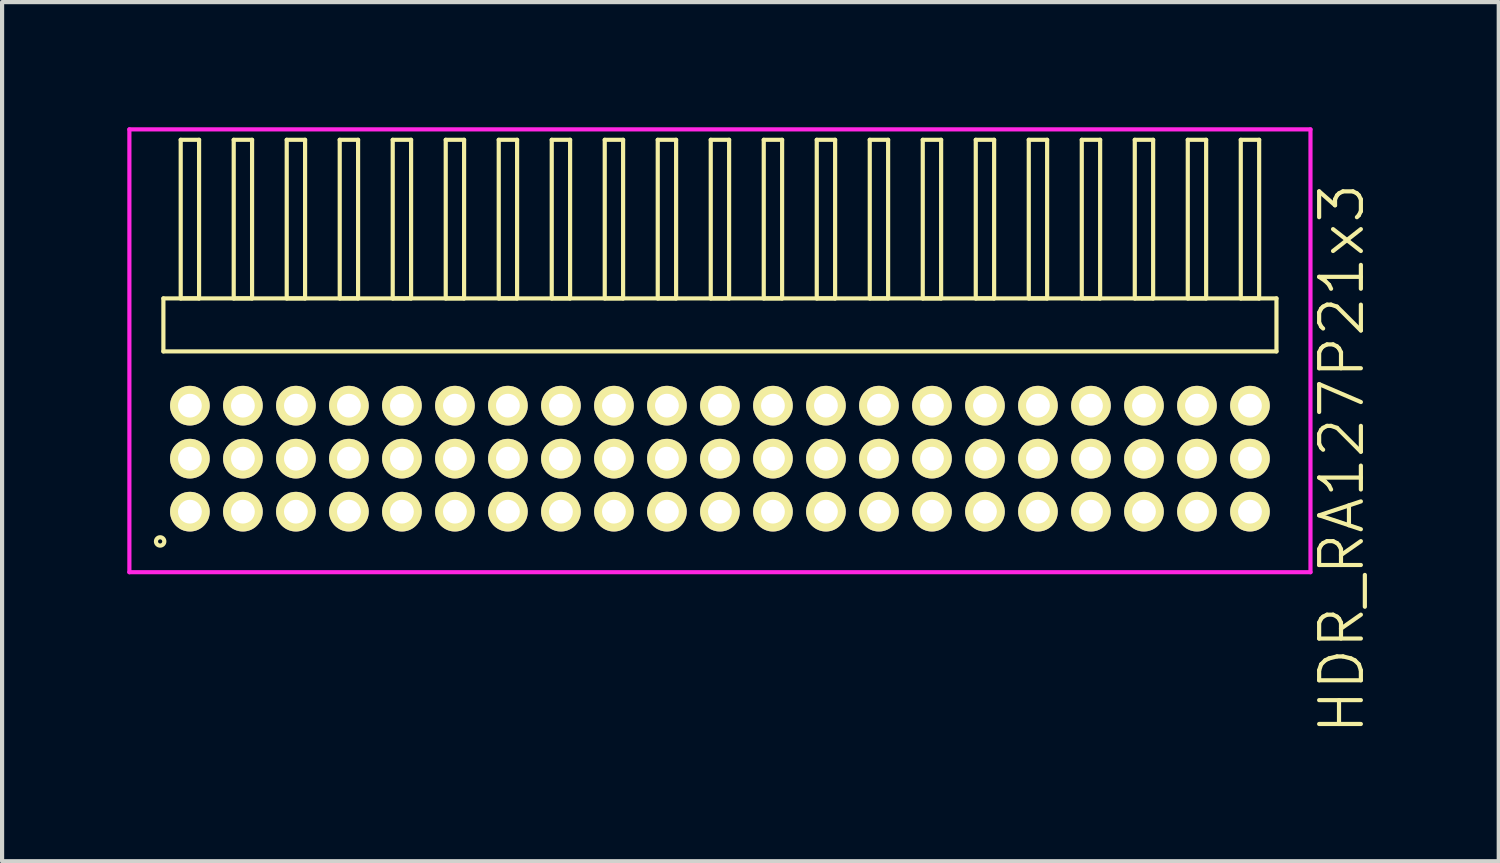
<source format=kicad_pcb>
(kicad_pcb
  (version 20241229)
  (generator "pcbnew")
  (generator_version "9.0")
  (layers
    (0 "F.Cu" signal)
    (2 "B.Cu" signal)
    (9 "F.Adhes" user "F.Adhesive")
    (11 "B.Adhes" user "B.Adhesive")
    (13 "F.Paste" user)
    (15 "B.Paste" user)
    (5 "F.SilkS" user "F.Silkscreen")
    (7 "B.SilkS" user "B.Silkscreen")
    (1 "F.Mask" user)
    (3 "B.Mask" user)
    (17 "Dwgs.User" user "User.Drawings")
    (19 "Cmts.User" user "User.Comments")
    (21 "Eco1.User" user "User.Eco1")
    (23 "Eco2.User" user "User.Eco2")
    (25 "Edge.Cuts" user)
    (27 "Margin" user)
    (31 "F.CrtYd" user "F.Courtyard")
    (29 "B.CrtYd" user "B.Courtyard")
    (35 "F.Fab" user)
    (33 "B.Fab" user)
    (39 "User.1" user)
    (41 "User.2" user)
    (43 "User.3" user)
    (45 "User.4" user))
  (footprint "HDR_RA127P21x3"
    (layer "F.Cu")
    (at 14.2 7.94)
    (property "Reference" "HDR_RA127P21x3" (at 14.9 0 90) (layer "F.SilkS") (effects (font (size 1 1) (thickness 0.1))))
    (attr through_hole)
    (fp_line (start -13.335 -3.84) (end -13.335 -2.57) (stroke (width 0.1) (type solid)) (layer "F.SilkS"))
    (fp_line (start -13.335 -2.57) (end 13.335 -2.57) (stroke (width 0.1) (type solid)) (layer "F.SilkS"))
    (fp_line (start -12.92 -7.64) (end -12.92 -3.84) (stroke (width 0.1) (type solid)) (layer "F.SilkS"))
    (fp_line (start -12.92 -3.84) (end -12.48 -3.84) (stroke (width 0.1) (type solid)) (layer "F.SilkS"))
    (fp_line (start -12.48 -7.64) (end -12.92 -7.64) (stroke (width 0.1) (type solid)) (layer "F.SilkS"))
    (fp_line (start -12.48 -3.84) (end -12.48 -7.64) (stroke (width 0.1) (type solid)) (layer "F.SilkS"))
    (fp_line (start -11.65 -7.64) (end -11.65 -3.84) (stroke (width 0.1) (type solid)) (layer "F.SilkS"))
    (fp_line (start -11.65 -3.84) (end -11.21 -3.84) (stroke (width 0.1) (type solid)) (layer "F.SilkS"))
    (fp_line (start -11.21 -7.64) (end -11.65 -7.64) (stroke (width 0.1) (type solid)) (layer "F.SilkS"))
    (fp_line (start -11.21 -3.84) (end -11.21 -7.64) (stroke (width 0.1) (type solid)) (layer "F.SilkS"))
    (fp_line (start -10.38 -7.64) (end -10.38 -3.84) (stroke (width 0.1) (type solid)) (layer "F.SilkS"))
    (fp_line (start -10.38 -3.84) (end -9.94 -3.84) (stroke (width 0.1) (type solid)) (layer "F.SilkS"))
    (fp_line (start -9.94 -7.64) (end -10.38 -7.64) (stroke (width 0.1) (type solid)) (layer "F.SilkS"))
    (fp_line (start -9.94 -3.84) (end -9.94 -7.64) (stroke (width 0.1) (type solid)) (layer "F.SilkS"))
    (fp_line (start -9.11 -7.64) (end -9.11 -3.84) (stroke (width 0.1) (type solid)) (layer "F.SilkS"))
    (fp_line (start -9.11 -3.84) (end -8.67 -3.84) (stroke (width 0.1) (type solid)) (layer "F.SilkS"))
    (fp_line (start -8.67 -7.64) (end -9.11 -7.64) (stroke (width 0.1) (type solid)) (layer "F.SilkS"))
    (fp_line (start -8.67 -3.84) (end -8.67 -7.64) (stroke (width 0.1) (type solid)) (layer "F.SilkS"))
    (fp_line (start -7.84 -7.64) (end -7.84 -3.84) (stroke (width 0.1) (type solid)) (layer "F.SilkS"))
    (fp_line (start -7.84 -3.84) (end -7.4 -3.84) (stroke (width 0.1) (type solid)) (layer "F.SilkS"))
    (fp_line (start -7.4 -7.64) (end -7.84 -7.64) (stroke (width 0.1) (type solid)) (layer "F.SilkS"))
    (fp_line (start -7.4 -3.84) (end -7.4 -7.64) (stroke (width 0.1) (type solid)) (layer "F.SilkS"))
    (fp_line (start -6.57 -7.64) (end -6.57 -3.84) (stroke (width 0.1) (type solid)) (layer "F.SilkS"))
    (fp_line (start -6.57 -3.84) (end -6.13 -3.84) (stroke (width 0.1) (type solid)) (layer "F.SilkS"))
    (fp_line (start -6.13 -7.64) (end -6.57 -7.64) (stroke (width 0.1) (type solid)) (layer "F.SilkS"))
    (fp_line (start -6.13 -3.84) (end -6.13 -7.64) (stroke (width 0.1) (type solid)) (layer "F.SilkS"))
    (fp_line (start -5.3 -7.64) (end -5.3 -3.84) (stroke (width 0.1) (type solid)) (layer "F.SilkS"))
    (fp_line (start -5.3 -3.84) (end -4.86 -3.84) (stroke (width 0.1) (type solid)) (layer "F.SilkS"))
    (fp_line (start -4.86 -7.64) (end -5.3 -7.64) (stroke (width 0.1) (type solid)) (layer "F.SilkS"))
    (fp_line (start -4.86 -3.84) (end -4.86 -7.64) (stroke (width 0.1) (type solid)) (layer "F.SilkS"))
    (fp_line (start -4.03 -7.64) (end -4.03 -3.84) (stroke (width 0.1) (type solid)) (layer "F.SilkS"))
    (fp_line (start -4.03 -3.84) (end -3.59 -3.84) (stroke (width 0.1) (type solid)) (layer "F.SilkS"))
    (fp_line (start -3.59 -7.64) (end -4.03 -7.64) (stroke (width 0.1) (type solid)) (layer "F.SilkS"))
    (fp_line (start -3.59 -3.84) (end -3.59 -7.64) (stroke (width 0.1) (type solid)) (layer "F.SilkS"))
    (fp_line (start -2.76 -7.64) (end -2.76 -3.84) (stroke (width 0.1) (type solid)) (layer "F.SilkS"))
    (fp_line (start -2.76 -3.84) (end -2.32 -3.84) (stroke (width 0.1) (type solid)) (layer "F.SilkS"))
    (fp_line (start -2.32 -7.64) (end -2.76 -7.64) (stroke (width 0.1) (type solid)) (layer "F.SilkS"))
    (fp_line (start -2.32 -3.84) (end -2.32 -7.64) (stroke (width 0.1) (type solid)) (layer "F.SilkS"))
    (fp_line (start -1.49 -7.64) (end -1.49 -3.84) (stroke (width 0.1) (type solid)) (layer "F.SilkS"))
    (fp_line (start -1.49 -3.84) (end -1.05 -3.84) (stroke (width 0.1) (type solid)) (layer "F.SilkS"))
    (fp_line (start -1.05 -7.64) (end -1.49 -7.64) (stroke (width 0.1) (type solid)) (layer "F.SilkS"))
    (fp_line (start -1.05 -3.84) (end -1.05 -7.64) (stroke (width 0.1) (type solid)) (layer "F.SilkS"))
    (fp_line (start -0.22 -7.64) (end -0.22 -3.84) (stroke (width 0.1) (type solid)) (layer "F.SilkS"))
    (fp_line (start -0.22 -3.84) (end 0.22 -3.84) (stroke (width 0.1) (type solid)) (layer "F.SilkS"))
    (fp_line (start 0.22 -7.64) (end -0.22 -7.64) (stroke (width 0.1) (type solid)) (layer "F.SilkS"))
    (fp_line (start 0.22 -3.84) (end 0.22 -7.64) (stroke (width 0.1) (type solid)) (layer "F.SilkS"))
    (fp_line (start 1.05 -7.64) (end 1.05 -3.84) (stroke (width 0.1) (type solid)) (layer "F.SilkS"))
    (fp_line (start 1.05 -3.84) (end 1.49 -3.84) (stroke (width 0.1) (type solid)) (layer "F.SilkS"))
    (fp_line (start 1.49 -7.64) (end 1.05 -7.64) (stroke (width 0.1) (type solid)) (layer "F.SilkS"))
    (fp_line (start 1.49 -3.84) (end 1.49 -7.64) (stroke (width 0.1) (type solid)) (layer "F.SilkS"))
    (fp_line (start 2.32 -7.64) (end 2.32 -3.84) (stroke (width 0.1) (type solid)) (layer "F.SilkS"))
    (fp_line (start 2.32 -3.84) (end 2.76 -3.84) (stroke (width 0.1) (type solid)) (layer "F.SilkS"))
    (fp_line (start 2.76 -7.64) (end 2.32 -7.64) (stroke (width 0.1) (type solid)) (layer "F.SilkS"))
    (fp_line (start 2.76 -3.84) (end 2.76 -7.64) (stroke (width 0.1) (type solid)) (layer "F.SilkS"))
    (fp_line (start 3.59 -7.64) (end 3.59 -3.84) (stroke (width 0.1) (type solid)) (layer "F.SilkS"))
    (fp_line (start 3.59 -3.84) (end 4.03 -3.84) (stroke (width 0.1) (type solid)) (layer "F.SilkS"))
    (fp_line (start 4.03 -7.64) (end 3.59 -7.64) (stroke (width 0.1) (type solid)) (layer "F.SilkS"))
    (fp_line (start 4.03 -3.84) (end 4.03 -7.64) (stroke (width 0.1) (type solid)) (layer "F.SilkS"))
    (fp_line (start 4.86 -7.64) (end 4.86 -3.84) (stroke (width 0.1) (type solid)) (layer "F.SilkS"))
    (fp_line (start 4.86 -3.84) (end 5.3 -3.84) (stroke (width 0.1) (type solid)) (layer "F.SilkS"))
    (fp_line (start 5.3 -7.64) (end 4.86 -7.64) (stroke (width 0.1) (type solid)) (layer "F.SilkS"))
    (fp_line (start 5.3 -3.84) (end 5.3 -7.64) (stroke (width 0.1) (type solid)) (layer "F.SilkS"))
    (fp_line (start 6.13 -7.64) (end 6.13 -3.84) (stroke (width 0.1) (type solid)) (layer "F.SilkS"))
    (fp_line (start 6.13 -3.84) (end 6.57 -3.84) (stroke (width 0.1) (type solid)) (layer "F.SilkS"))
    (fp_line (start 6.57 -7.64) (end 6.13 -7.64) (stroke (width 0.1) (type solid)) (layer "F.SilkS"))
    (fp_line (start 6.57 -3.84) (end 6.57 -7.64) (stroke (width 0.1) (type solid)) (layer "F.SilkS"))
    (fp_line (start 7.4 -7.64) (end 7.4 -3.84) (stroke (width 0.1) (type solid)) (layer "F.SilkS"))
    (fp_line (start 7.4 -3.84) (end 7.84 -3.84) (stroke (width 0.1) (type solid)) (layer "F.SilkS"))
    (fp_line (start 7.84 -7.64) (end 7.4 -7.64) (stroke (width 0.1) (type solid)) (layer "F.SilkS"))
    (fp_line (start 7.84 -3.84) (end 7.84 -7.64) (stroke (width 0.1) (type solid)) (layer "F.SilkS"))
    (fp_line (start 8.67 -7.64) (end 8.67 -3.84) (stroke (width 0.1) (type solid)) (layer "F.SilkS"))
    (fp_line (start 8.67 -3.84) (end 9.11 -3.84) (stroke (width 0.1) (type solid)) (layer "F.SilkS"))
    (fp_line (start 9.11 -7.64) (end 8.67 -7.64) (stroke (width 0.1) (type solid)) (layer "F.SilkS"))
    (fp_line (start 9.11 -3.84) (end 9.11 -7.64) (stroke (width 0.1) (type solid)) (layer "F.SilkS"))
    (fp_line (start 9.94 -7.64) (end 9.94 -3.84) (stroke (width 0.1) (type solid)) (layer "F.SilkS"))
    (fp_line (start 9.94 -3.84) (end 10.38 -3.84) (stroke (width 0.1) (type solid)) (layer "F.SilkS"))
    (fp_line (start 10.38 -7.64) (end 9.94 -7.64) (stroke (width 0.1) (type solid)) (layer "F.SilkS"))
    (fp_line (start 10.38 -3.84) (end 10.38 -7.64) (stroke (width 0.1) (type solid)) (layer "F.SilkS"))
    (fp_line (start 11.21 -7.64) (end 11.21 -3.84) (stroke (width 0.1) (type solid)) (layer "F.SilkS"))
    (fp_line (start 11.21 -3.84) (end 11.65 -3.84) (stroke (width 0.1) (type solid)) (layer "F.SilkS"))
    (fp_line (start 11.65 -7.64) (end 11.21 -7.64) (stroke (width 0.1) (type solid)) (layer "F.SilkS"))
    (fp_line (start 11.65 -3.84) (end 11.65 -7.64) (stroke (width 0.1) (type solid)) (layer "F.SilkS"))
    (fp_line (start 12.48 -7.64) (end 12.48 -3.84) (stroke (width 0.1) (type solid)) (layer "F.SilkS"))
    (fp_line (start 12.48 -3.84) (end 12.92 -3.84) (stroke (width 0.1) (type solid)) (layer "F.SilkS"))
    (fp_line (start 12.92 -7.64) (end 12.48 -7.64) (stroke (width 0.1) (type solid)) (layer "F.SilkS"))
    (fp_line (start 12.92 -3.84) (end 12.92 -7.64) (stroke (width 0.1) (type solid)) (layer "F.SilkS"))
    (fp_line (start 13.335 -3.84) (end -13.335 -3.84) (stroke (width 0.1) (type solid)) (layer "F.SilkS"))
    (fp_line (start 13.335 -2.57) (end 13.335 -3.84) (stroke (width 0.1) (type solid)) (layer "F.SilkS"))
    (fp_circle (center -13.413 1.983) (end -13.313 1.983) (stroke (width 0.1) (type solid)) (fill no) (layer "F.SilkS"))
    (fp_line (start -14.15 -7.89) (end -14.15 2.72) (stroke (width 0.1) (type solid)) (layer "F.CrtYd"))
    (fp_line (start -14.15 2.72) (end 14.15 2.72) (stroke (width 0.1) (type solid)) (layer "F.CrtYd"))
    (fp_line (start 14.15 -7.89) (end -14.15 -7.89) (stroke (width 0.1) (type solid)) (layer "F.CrtYd"))
    (fp_line (start 14.15 2.72) (end 14.15 -7.89) (stroke (width 0.1) (type solid)) (layer "F.CrtYd"))
    (pad "1" thru_hole oval (at -12.7 1.27) (size 0.95 0.95) (drill 0.57) (layers "*.Cu" "*.Mask" "F.SilkS"))
    (pad "2" thru_hole oval (at -12.7 0) (size 0.95 0.95) (drill 0.57) (layers "*.Cu" "*.Mask" "F.SilkS"))
    (pad "3" thru_hole oval (at -12.7 -1.27) (size 0.95 0.95) (drill 0.57) (layers "*.Cu" "*.Mask" "F.SilkS"))
    (pad "4" thru_hole oval (at -11.43 1.27) (size 0.95 0.95) (drill 0.57) (layers "*.Cu" "*.Mask" "F.SilkS"))
    (pad "5" thru_hole oval (at -11.43 0) (size 0.95 0.95) (drill 0.57) (layers "*.Cu" "*.Mask" "F.SilkS"))
    (pad "6" thru_hole oval (at -11.43 -1.27) (size 0.95 0.95) (drill 0.57) (layers "*.Cu" "*.Mask" "F.SilkS"))
    (pad "7" thru_hole oval (at -10.16 1.27) (size 0.95 0.95) (drill 0.57) (layers "*.Cu" "*.Mask" "F.SilkS"))
    (pad "8" thru_hole oval (at -10.16 0) (size 0.95 0.95) (drill 0.57) (layers "*.Cu" "*.Mask" "F.SilkS"))
    (pad "9" thru_hole oval (at -10.16 -1.27) (size 0.95 0.95) (drill 0.57) (layers "*.Cu" "*.Mask" "F.SilkS"))
    (pad "10" thru_hole oval (at -8.89 1.27) (size 0.95 0.95) (drill 0.57) (layers "*.Cu" "*.Mask" "F.SilkS"))
    (pad "11" thru_hole oval (at -8.89 0) (size 0.95 0.95) (drill 0.57) (layers "*.Cu" "*.Mask" "F.SilkS"))
    (pad "12" thru_hole oval (at -8.89 -1.27) (size 0.95 0.95) (drill 0.57) (layers "*.Cu" "*.Mask" "F.SilkS"))
    (pad "13" thru_hole oval (at -7.62 1.27) (size 0.95 0.95) (drill 0.57) (layers "*.Cu" "*.Mask" "F.SilkS"))
    (pad "14" thru_hole oval (at -7.62 0) (size 0.95 0.95) (drill 0.57) (layers "*.Cu" "*.Mask" "F.SilkS"))
    (pad "15" thru_hole oval (at -7.62 -1.27) (size 0.95 0.95) (drill 0.57) (layers "*.Cu" "*.Mask" "F.SilkS"))
    (pad "16" thru_hole oval (at -6.35 1.27) (size 0.95 0.95) (drill 0.57) (layers "*.Cu" "*.Mask" "F.SilkS"))
    (pad "17" thru_hole oval (at -6.35 0) (size 0.95 0.95) (drill 0.57) (layers "*.Cu" "*.Mask" "F.SilkS"))
    (pad "18" thru_hole oval (at -6.35 -1.27) (size 0.95 0.95) (drill 0.57) (layers "*.Cu" "*.Mask" "F.SilkS"))
    (pad "19" thru_hole oval (at -5.08 1.27) (size 0.95 0.95) (drill 0.57) (layers "*.Cu" "*.Mask" "F.SilkS"))
    (pad "20" thru_hole oval (at -5.08 0) (size 0.95 0.95) (drill 0.57) (layers "*.Cu" "*.Mask" "F.SilkS"))
    (pad "21" thru_hole oval (at -5.08 -1.27) (size 0.95 0.95) (drill 0.57) (layers "*.Cu" "*.Mask" "F.SilkS"))
    (pad "22" thru_hole oval (at -3.81 1.27) (size 0.95 0.95) (drill 0.57) (layers "*.Cu" "*.Mask" "F.SilkS"))
    (pad "23" thru_hole oval (at -3.81 0) (size 0.95 0.95) (drill 0.57) (layers "*.Cu" "*.Mask" "F.SilkS"))
    (pad "24" thru_hole oval (at -3.81 -1.27) (size 0.95 0.95) (drill 0.57) (layers "*.Cu" "*.Mask" "F.SilkS"))
    (pad "25" thru_hole oval (at -2.54 1.27) (size 0.95 0.95) (drill 0.57) (layers "*.Cu" "*.Mask" "F.SilkS"))
    (pad "26" thru_hole oval (at -2.54 0) (size 0.95 0.95) (drill 0.57) (layers "*.Cu" "*.Mask" "F.SilkS"))
    (pad "27" thru_hole oval (at -2.54 -1.27) (size 0.95 0.95) (drill 0.57) (layers "*.Cu" "*.Mask" "F.SilkS"))
    (pad "28" thru_hole oval (at -1.27 1.27) (size 0.95 0.95) (drill 0.57) (layers "*.Cu" "*.Mask" "F.SilkS"))
    (pad "29" thru_hole oval (at -1.27 0) (size 0.95 0.95) (drill 0.57) (layers "*.Cu" "*.Mask" "F.SilkS"))
    (pad "30" thru_hole oval (at -1.27 -1.27) (size 0.95 0.95) (drill 0.57) (layers "*.Cu" "*.Mask" "F.SilkS"))
    (pad "31" thru_hole oval (at 0 1.27) (size 0.95 0.95) (drill 0.57) (layers "*.Cu" "*.Mask" "F.SilkS"))
    (pad "32" thru_hole oval (at 0 0) (size 0.95 0.95) (drill 0.57) (layers "*.Cu" "*.Mask" "F.SilkS"))
    (pad "33" thru_hole oval (at 0 -1.27) (size 0.95 0.95) (drill 0.57) (layers "*.Cu" "*.Mask" "F.SilkS"))
    (pad "34" thru_hole oval (at 1.27 1.27) (size 0.95 0.95) (drill 0.57) (layers "*.Cu" "*.Mask" "F.SilkS"))
    (pad "35" thru_hole oval (at 1.27 0) (size 0.95 0.95) (drill 0.57) (layers "*.Cu" "*.Mask" "F.SilkS"))
    (pad "36" thru_hole oval (at 1.27 -1.27) (size 0.95 0.95) (drill 0.57) (layers "*.Cu" "*.Mask" "F.SilkS"))
    (pad "37" thru_hole oval (at 2.54 1.27) (size 0.95 0.95) (drill 0.57) (layers "*.Cu" "*.Mask" "F.SilkS"))
    (pad "38" thru_hole oval (at 2.54 0) (size 0.95 0.95) (drill 0.57) (layers "*.Cu" "*.Mask" "F.SilkS"))
    (pad "39" thru_hole oval (at 2.54 -1.27) (size 0.95 0.95) (drill 0.57) (layers "*.Cu" "*.Mask" "F.SilkS"))
    (pad "40" thru_hole oval (at 3.81 1.27) (size 0.95 0.95) (drill 0.57) (layers "*.Cu" "*.Mask" "F.SilkS"))
    (pad "41" thru_hole oval (at 3.81 0) (size 0.95 0.95) (drill 0.57) (layers "*.Cu" "*.Mask" "F.SilkS"))
    (pad "42" thru_hole oval (at 3.81 -1.27) (size 0.95 0.95) (drill 0.57) (layers "*.Cu" "*.Mask" "F.SilkS"))
    (pad "43" thru_hole oval (at 5.08 1.27) (size 0.95 0.95) (drill 0.57) (layers "*.Cu" "*.Mask" "F.SilkS"))
    (pad "44" thru_hole oval (at 5.08 0) (size 0.95 0.95) (drill 0.57) (layers "*.Cu" "*.Mask" "F.SilkS"))
    (pad "45" thru_hole oval (at 5.08 -1.27) (size 0.95 0.95) (drill 0.57) (layers "*.Cu" "*.Mask" "F.SilkS"))
    (pad "46" thru_hole oval (at 6.35 1.27) (size 0.95 0.95) (drill 0.57) (layers "*.Cu" "*.Mask" "F.SilkS"))
    (pad "47" thru_hole oval (at 6.35 0) (size 0.95 0.95) (drill 0.57) (layers "*.Cu" "*.Mask" "F.SilkS"))
    (pad "48" thru_hole oval (at 6.35 -1.27) (size 0.95 0.95) (drill 0.57) (layers "*.Cu" "*.Mask" "F.SilkS"))
    (pad "49" thru_hole oval (at 7.62 1.27) (size 0.95 0.95) (drill 0.57) (layers "*.Cu" "*.Mask" "F.SilkS"))
    (pad "50" thru_hole oval (at 7.62 0) (size 0.95 0.95) (drill 0.57) (layers "*.Cu" "*.Mask" "F.SilkS"))
    (pad "51" thru_hole oval (at 7.62 -1.27) (size 0.95 0.95) (drill 0.57) (layers "*.Cu" "*.Mask" "F.SilkS"))
    (pad "52" thru_hole oval (at 8.89 1.27) (size 0.95 0.95) (drill 0.57) (layers "*.Cu" "*.Mask" "F.SilkS"))
    (pad "53" thru_hole oval (at 8.89 0) (size 0.95 0.95) (drill 0.57) (layers "*.Cu" "*.Mask" "F.SilkS"))
    (pad "54" thru_hole oval (at 8.89 -1.27) (size 0.95 0.95) (drill 0.57) (layers "*.Cu" "*.Mask" "F.SilkS"))
    (pad "55" thru_hole oval (at 10.16 1.27) (size 0.95 0.95) (drill 0.57) (layers "*.Cu" "*.Mask" "F.SilkS"))
    (pad "56" thru_hole oval (at 10.16 0) (size 0.95 0.95) (drill 0.57) (layers "*.Cu" "*.Mask" "F.SilkS"))
    (pad "57" thru_hole oval (at 10.16 -1.27) (size 0.95 0.95) (drill 0.57) (layers "*.Cu" "*.Mask" "F.SilkS"))
    (pad "58" thru_hole oval (at 11.43 1.27) (size 0.95 0.95) (drill 0.57) (layers "*.Cu" "*.Mask" "F.SilkS"))
    (pad "59" thru_hole oval (at 11.43 0) (size 0.95 0.95) (drill 0.57) (layers "*.Cu" "*.Mask" "F.SilkS"))
    (pad "60" thru_hole oval (at 11.43 -1.27) (size 0.95 0.95) (drill 0.57) (layers "*.Cu" "*.Mask" "F.SilkS"))
    (pad "61" thru_hole oval (at 12.7 1.27) (size 0.95 0.95) (drill 0.57) (layers "*.Cu" "*.Mask" "F.SilkS"))
    (pad "62" thru_hole oval (at 12.7 0) (size 0.95 0.95) (drill 0.57) (layers "*.Cu" "*.Mask" "F.SilkS"))
    (pad "63" thru_hole oval (at 12.7 -1.27) (size 0.95 0.95) (drill 0.57) (layers "*.Cu" "*.Mask" "F.SilkS")))
  (gr_rect
    (start -3 -3)
    (end 32.861 17.585)
    (stroke (width 0.1) (type default))
    (fill no)
    (layer "Edge.Cuts")))
</source>
